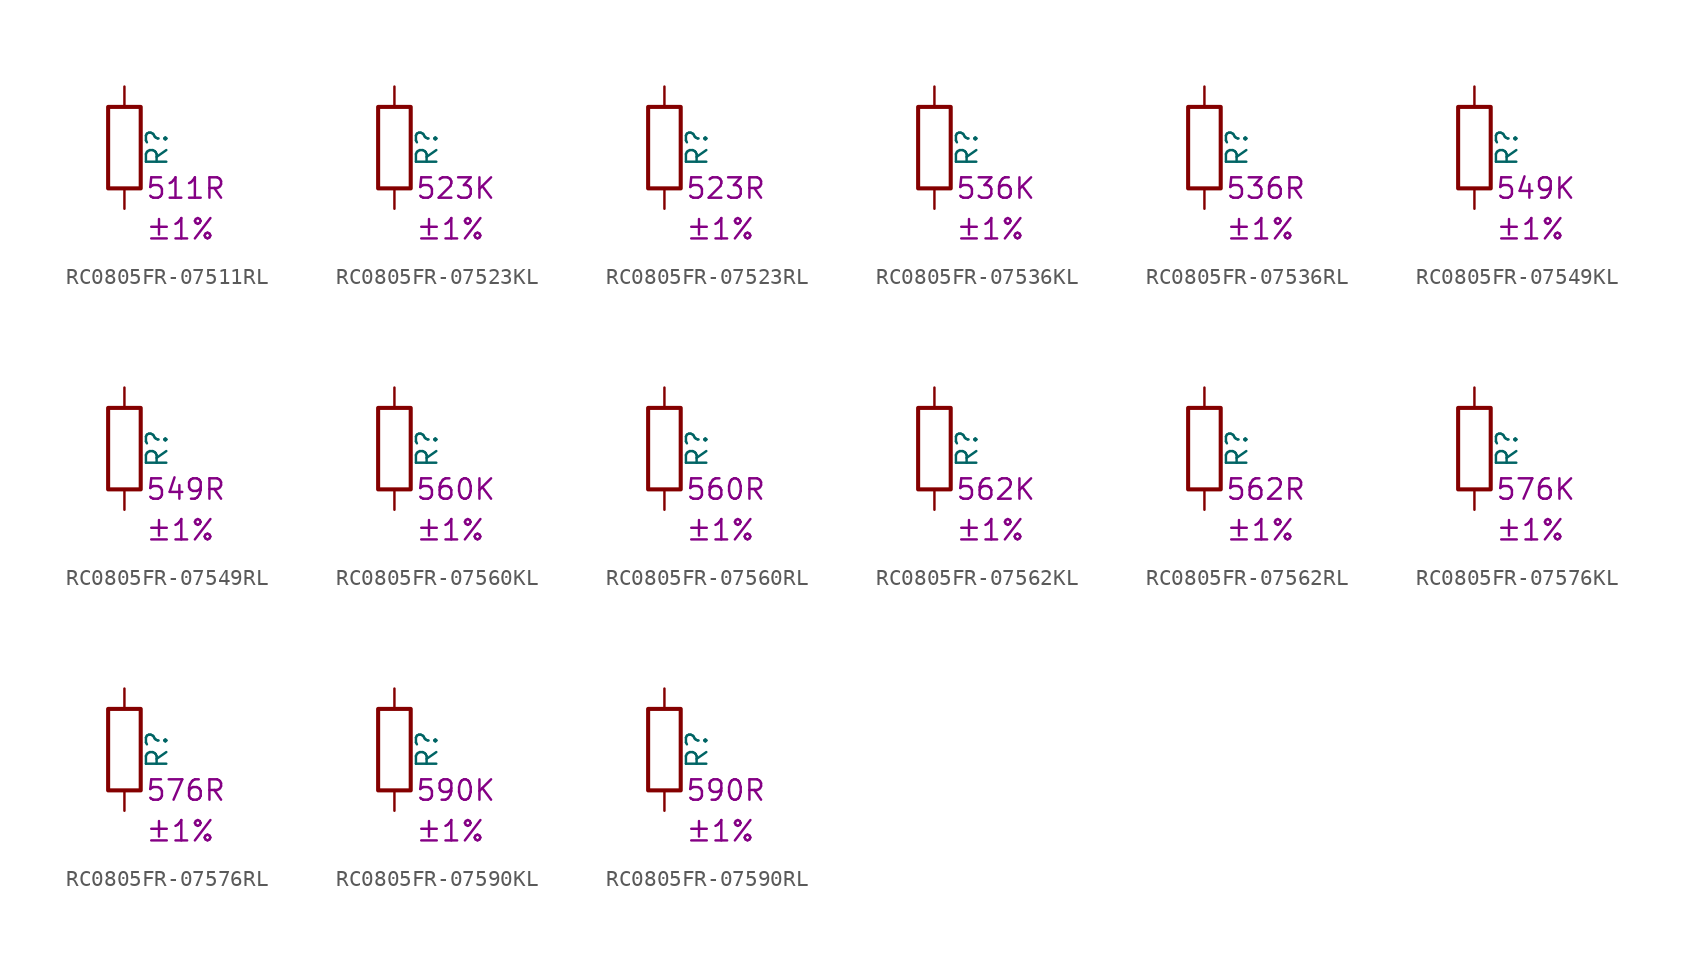
<source format=kicad_sym>
(kicad_symbol_lib
  (version 20220914)
  (generator kicad_symbol_editor)
  (symbol "RC0805FR-07511RL"
    (pin_numbers hide)
    (pin_names
      (offset 0))
    (property "Reference" "R"
      (at 2.032 0 90)
      (effects (font (size 1.27 1.27))))
    (property "Resistance" "511R"
      (at 1.27 -2.54 0)
      (effects (font (size 1.27 1.27)) (justify left)))
    (property "Tolerance" "±1%"
      (at 1.27 -5.08 0)
      (effects (font (size 1.27 1.27)) (justify left)))
    (symbol "RC0805FR-07511RL_0_1"
      (rectangle (start -1.016 -2.54) (end 1.016 2.54) (stroke (width 0.254) (type default)) (fill (type none))))
    (symbol "RC0805FR-07511RL_1_1"
      (pin passive line (at 0 3.81 270) (length 1.27) (name "~" (effects (font (size 1.27 1.27)))) (number "1" (effects (font (size 1.27 1.27)))))
      (pin passive line (at 0 -3.81 90) (length 1.27) (name "~" (effects (font (size 1.27 1.27)))) (number "2" (effects (font (size 1.27 1.27)))))))
  (symbol "RC0805FR-07523KL"
    (pin_numbers hide)
    (pin_names
      (offset 0))
    (property "Reference" "R"
      (at 2.032 0 90)
      (effects (font (size 1.27 1.27))))
    (property "Resistance" "523K"
      (at 1.27 -2.54 0)
      (effects (font (size 1.27 1.27)) (justify left)))
    (property "Tolerance" "±1%"
      (at 1.27 -5.08 0)
      (effects (font (size 1.27 1.27)) (justify left)))
    (symbol "RC0805FR-07523KL_0_1"
      (rectangle (start -1.016 -2.54) (end 1.016 2.54) (stroke (width 0.254) (type default)) (fill (type none))))
    (symbol "RC0805FR-07523KL_1_1"
      (pin passive line (at 0 3.81 270) (length 1.27) (name "~" (effects (font (size 1.27 1.27)))) (number "1" (effects (font (size 1.27 1.27)))))
      (pin passive line (at 0 -3.81 90) (length 1.27) (name "~" (effects (font (size 1.27 1.27)))) (number "2" (effects (font (size 1.27 1.27)))))))
  (symbol "RC0805FR-07523RL"
    (pin_numbers hide)
    (pin_names
      (offset 0))
    (property "Reference" "R"
      (at 2.032 0 90)
      (effects (font (size 1.27 1.27))))
    (property "Resistance" "523R"
      (at 1.27 -2.54 0)
      (effects (font (size 1.27 1.27)) (justify left)))
    (property "Tolerance" "±1%"
      (at 1.27 -5.08 0)
      (effects (font (size 1.27 1.27)) (justify left)))
    (symbol "RC0805FR-07523RL_0_1"
      (rectangle (start -1.016 -2.54) (end 1.016 2.54) (stroke (width 0.254) (type default)) (fill (type none))))
    (symbol "RC0805FR-07523RL_1_1"
      (pin passive line (at 0 3.81 270) (length 1.27) (name "~" (effects (font (size 1.27 1.27)))) (number "1" (effects (font (size 1.27 1.27)))))
      (pin passive line (at 0 -3.81 90) (length 1.27) (name "~" (effects (font (size 1.27 1.27)))) (number "2" (effects (font (size 1.27 1.27)))))))
  (symbol "RC0805FR-07536KL"
    (pin_numbers hide)
    (pin_names
      (offset 0))
    (property "Reference" "R"
      (at 2.032 0 90)
      (effects (font (size 1.27 1.27))))
    (property "Resistance" "536K"
      (at 1.27 -2.54 0)
      (effects (font (size 1.27 1.27)) (justify left)))
    (property "Tolerance" "±1%"
      (at 1.27 -5.08 0)
      (effects (font (size 1.27 1.27)) (justify left)))
    (symbol "RC0805FR-07536KL_0_1"
      (rectangle (start -1.016 -2.54) (end 1.016 2.54) (stroke (width 0.254) (type default)) (fill (type none))))
    (symbol "RC0805FR-07536KL_1_1"
      (pin passive line (at 0 3.81 270) (length 1.27) (name "~" (effects (font (size 1.27 1.27)))) (number "1" (effects (font (size 1.27 1.27)))))
      (pin passive line (at 0 -3.81 90) (length 1.27) (name "~" (effects (font (size 1.27 1.27)))) (number "2" (effects (font (size 1.27 1.27)))))))
  (symbol "RC0805FR-07536RL"
    (pin_numbers hide)
    (pin_names
      (offset 0))
    (property "Reference" "R"
      (at 2.032 0 90)
      (effects (font (size 1.27 1.27))))
    (property "Resistance" "536R"
      (at 1.27 -2.54 0)
      (effects (font (size 1.27 1.27)) (justify left)))
    (property "Tolerance" "±1%"
      (at 1.27 -5.08 0)
      (effects (font (size 1.27 1.27)) (justify left)))
    (symbol "RC0805FR-07536RL_0_1"
      (rectangle (start -1.016 -2.54) (end 1.016 2.54) (stroke (width 0.254) (type default)) (fill (type none))))
    (symbol "RC0805FR-07536RL_1_1"
      (pin passive line (at 0 3.81 270) (length 1.27) (name "~" (effects (font (size 1.27 1.27)))) (number "1" (effects (font (size 1.27 1.27)))))
      (pin passive line (at 0 -3.81 90) (length 1.27) (name "~" (effects (font (size 1.27 1.27)))) (number "2" (effects (font (size 1.27 1.27)))))))
  (symbol "RC0805FR-07549KL"
    (pin_numbers hide)
    (pin_names
      (offset 0))
    (property "Reference" "R"
      (at 2.032 0 90)
      (effects (font (size 1.27 1.27))))
    (property "Resistance" "549K"
      (at 1.27 -2.54 0)
      (effects (font (size 1.27 1.27)) (justify left)))
    (property "Tolerance" "±1%"
      (at 1.27 -5.08 0)
      (effects (font (size 1.27 1.27)) (justify left)))
    (symbol "RC0805FR-07549KL_0_1"
      (rectangle (start -1.016 -2.54) (end 1.016 2.54) (stroke (width 0.254) (type default)) (fill (type none))))
    (symbol "RC0805FR-07549KL_1_1"
      (pin passive line (at 0 3.81 270) (length 1.27) (name "~" (effects (font (size 1.27 1.27)))) (number "1" (effects (font (size 1.27 1.27)))))
      (pin passive line (at 0 -3.81 90) (length 1.27) (name "~" (effects (font (size 1.27 1.27)))) (number "2" (effects (font (size 1.27 1.27)))))))
  (symbol "RC0805FR-07549RL"
    (pin_numbers hide)
    (pin_names
      (offset 0))
    (property "Reference" "R"
      (at 2.032 0 90)
      (effects (font (size 1.27 1.27))))
    (property "Resistance" "549R"
      (at 1.27 -2.54 0)
      (effects (font (size 1.27 1.27)) (justify left)))
    (property "Tolerance" "±1%"
      (at 1.27 -5.08 0)
      (effects (font (size 1.27 1.27)) (justify left)))
    (symbol "RC0805FR-07549RL_0_1"
      (rectangle (start -1.016 -2.54) (end 1.016 2.54) (stroke (width 0.254) (type default)) (fill (type none))))
    (symbol "RC0805FR-07549RL_1_1"
      (pin passive line (at 0 3.81 270) (length 1.27) (name "~" (effects (font (size 1.27 1.27)))) (number "1" (effects (font (size 1.27 1.27)))))
      (pin passive line (at 0 -3.81 90) (length 1.27) (name "~" (effects (font (size 1.27 1.27)))) (number "2" (effects (font (size 1.27 1.27)))))))
  (symbol "RC0805FR-07560KL"
    (pin_numbers hide)
    (pin_names
      (offset 0))
    (property "Reference" "R"
      (at 2.032 0 90)
      (effects (font (size 1.27 1.27))))
    (property "Resistance" "560K"
      (at 1.27 -2.54 0)
      (effects (font (size 1.27 1.27)) (justify left)))
    (property "Tolerance" "±1%"
      (at 1.27 -5.08 0)
      (effects (font (size 1.27 1.27)) (justify left)))
    (symbol "RC0805FR-07560KL_0_1"
      (rectangle (start -1.016 -2.54) (end 1.016 2.54) (stroke (width 0.254) (type default)) (fill (type none))))
    (symbol "RC0805FR-07560KL_1_1"
      (pin passive line (at 0 3.81 270) (length 1.27) (name "~" (effects (font (size 1.27 1.27)))) (number "1" (effects (font (size 1.27 1.27)))))
      (pin passive line (at 0 -3.81 90) (length 1.27) (name "~" (effects (font (size 1.27 1.27)))) (number "2" (effects (font (size 1.27 1.27)))))))
  (symbol "RC0805FR-07560RL"
    (pin_numbers hide)
    (pin_names
      (offset 0))
    (property "Reference" "R"
      (at 2.032 0 90)
      (effects (font (size 1.27 1.27))))
    (property "Resistance" "560R"
      (at 1.27 -2.54 0)
      (effects (font (size 1.27 1.27)) (justify left)))
    (property "Tolerance" "±1%"
      (at 1.27 -5.08 0)
      (effects (font (size 1.27 1.27)) (justify left)))
    (symbol "RC0805FR-07560RL_0_1"
      (rectangle (start -1.016 -2.54) (end 1.016 2.54) (stroke (width 0.254) (type default)) (fill (type none))))
    (symbol "RC0805FR-07560RL_1_1"
      (pin passive line (at 0 3.81 270) (length 1.27) (name "~" (effects (font (size 1.27 1.27)))) (number "1" (effects (font (size 1.27 1.27)))))
      (pin passive line (at 0 -3.81 90) (length 1.27) (name "~" (effects (font (size 1.27 1.27)))) (number "2" (effects (font (size 1.27 1.27)))))))
  (symbol "RC0805FR-07562KL"
    (pin_numbers hide)
    (pin_names
      (offset 0))
    (property "Reference" "R"
      (at 2.032 0 90)
      (effects (font (size 1.27 1.27))))
    (property "Resistance" "562K"
      (at 1.27 -2.54 0)
      (effects (font (size 1.27 1.27)) (justify left)))
    (property "Tolerance" "±1%"
      (at 1.27 -5.08 0)
      (effects (font (size 1.27 1.27)) (justify left)))
    (symbol "RC0805FR-07562KL_0_1"
      (rectangle (start -1.016 -2.54) (end 1.016 2.54) (stroke (width 0.254) (type default)) (fill (type none))))
    (symbol "RC0805FR-07562KL_1_1"
      (pin passive line (at 0 3.81 270) (length 1.27) (name "~" (effects (font (size 1.27 1.27)))) (number "1" (effects (font (size 1.27 1.27)))))
      (pin passive line (at 0 -3.81 90) (length 1.27) (name "~" (effects (font (size 1.27 1.27)))) (number "2" (effects (font (size 1.27 1.27)))))))
  (symbol "RC0805FR-07562RL"
    (pin_numbers hide)
    (pin_names
      (offset 0))
    (property "Reference" "R"
      (at 2.032 0 90)
      (effects (font (size 1.27 1.27))))
    (property "Resistance" "562R"
      (at 1.27 -2.54 0)
      (effects (font (size 1.27 1.27)) (justify left)))
    (property "Tolerance" "±1%"
      (at 1.27 -5.08 0)
      (effects (font (size 1.27 1.27)) (justify left)))
    (symbol "RC0805FR-07562RL_0_1"
      (rectangle (start -1.016 -2.54) (end 1.016 2.54) (stroke (width 0.254) (type default)) (fill (type none))))
    (symbol "RC0805FR-07562RL_1_1"
      (pin passive line (at 0 3.81 270) (length 1.27) (name "~" (effects (font (size 1.27 1.27)))) (number "1" (effects (font (size 1.27 1.27)))))
      (pin passive line (at 0 -3.81 90) (length 1.27) (name "~" (effects (font (size 1.27 1.27)))) (number "2" (effects (font (size 1.27 1.27)))))))
  (symbol "RC0805FR-07576KL"
    (pin_numbers hide)
    (pin_names
      (offset 0))
    (property "Reference" "R"
      (at 2.032 0 90)
      (effects (font (size 1.27 1.27))))
    (property "Resistance" "576K"
      (at 1.27 -2.54 0)
      (effects (font (size 1.27 1.27)) (justify left)))
    (property "Tolerance" "±1%"
      (at 1.27 -5.08 0)
      (effects (font (size 1.27 1.27)) (justify left)))
    (symbol "RC0805FR-07576KL_0_1"
      (rectangle (start -1.016 -2.54) (end 1.016 2.54) (stroke (width 0.254) (type default)) (fill (type none))))
    (symbol "RC0805FR-07576KL_1_1"
      (pin passive line (at 0 3.81 270) (length 1.27) (name "~" (effects (font (size 1.27 1.27)))) (number "1" (effects (font (size 1.27 1.27)))))
      (pin passive line (at 0 -3.81 90) (length 1.27) (name "~" (effects (font (size 1.27 1.27)))) (number "2" (effects (font (size 1.27 1.27)))))))
  (symbol "RC0805FR-07576RL"
    (pin_numbers hide)
    (pin_names
      (offset 0))
    (property "Reference" "R"
      (at 2.032 0 90)
      (effects (font (size 1.27 1.27))))
    (property "Resistance" "576R"
      (at 1.27 -2.54 0)
      (effects (font (size 1.27 1.27)) (justify left)))
    (property "Tolerance" "±1%"
      (at 1.27 -5.08 0)
      (effects (font (size 1.27 1.27)) (justify left)))
    (symbol "RC0805FR-07576RL_0_1"
      (rectangle (start -1.016 -2.54) (end 1.016 2.54) (stroke (width 0.254) (type default)) (fill (type none))))
    (symbol "RC0805FR-07576RL_1_1"
      (pin passive line (at 0 3.81 270) (length 1.27) (name "~" (effects (font (size 1.27 1.27)))) (number "1" (effects (font (size 1.27 1.27)))))
      (pin passive line (at 0 -3.81 90) (length 1.27) (name "~" (effects (font (size 1.27 1.27)))) (number "2" (effects (font (size 1.27 1.27)))))))
  (symbol "RC0805FR-07590KL"
    (pin_numbers hide)
    (pin_names
      (offset 0))
    (property "Reference" "R"
      (at 2.032 0 90)
      (effects (font (size 1.27 1.27))))
    (property "Resistance" "590K"
      (at 1.27 -2.54 0)
      (effects (font (size 1.27 1.27)) (justify left)))
    (property "Tolerance" "±1%"
      (at 1.27 -5.08 0)
      (effects (font (size 1.27 1.27)) (justify left)))
    (symbol "RC0805FR-07590KL_0_1"
      (rectangle (start -1.016 -2.54) (end 1.016 2.54) (stroke (width 0.254) (type default)) (fill (type none))))
    (symbol "RC0805FR-07590KL_1_1"
      (pin passive line (at 0 3.81 270) (length 1.27) (name "~" (effects (font (size 1.27 1.27)))) (number "1" (effects (font (size 1.27 1.27)))))
      (pin passive line (at 0 -3.81 90) (length 1.27) (name "~" (effects (font (size 1.27 1.27)))) (number "2" (effects (font (size 1.27 1.27)))))))
  (symbol "RC0805FR-07590RL"
    (pin_numbers hide)
    (pin_names
      (offset 0))
    (property "Reference" "R"
      (at 2.032 0 90)
      (effects (font (size 1.27 1.27))))
    (property "Resistance" "590R"
      (at 1.27 -2.54 0)
      (effects (font (size 1.27 1.27)) (justify left)))
    (property "Tolerance" "±1%"
      (at 1.27 -5.08 0)
      (effects (font (size 1.27 1.27)) (justify left)))
    (symbol "RC0805FR-07590RL_0_1"
      (rectangle (start -1.016 -2.54) (end 1.016 2.54) (stroke (width 0.254) (type default)) (fill (type none))))
    (symbol "RC0805FR-07590RL_1_1"
      (pin passive line (at 0 3.81 270) (length 1.27) (name "~" (effects (font (size 1.27 1.27)))) (number "1" (effects (font (size 1.27 1.27)))))
      (pin passive line (at 0 -3.81 90) (length 1.27) (name "~" (effects (font (size 1.27 1.27)))) (number "2" (effects (font (size 1.27 1.27))))))))
</source>
